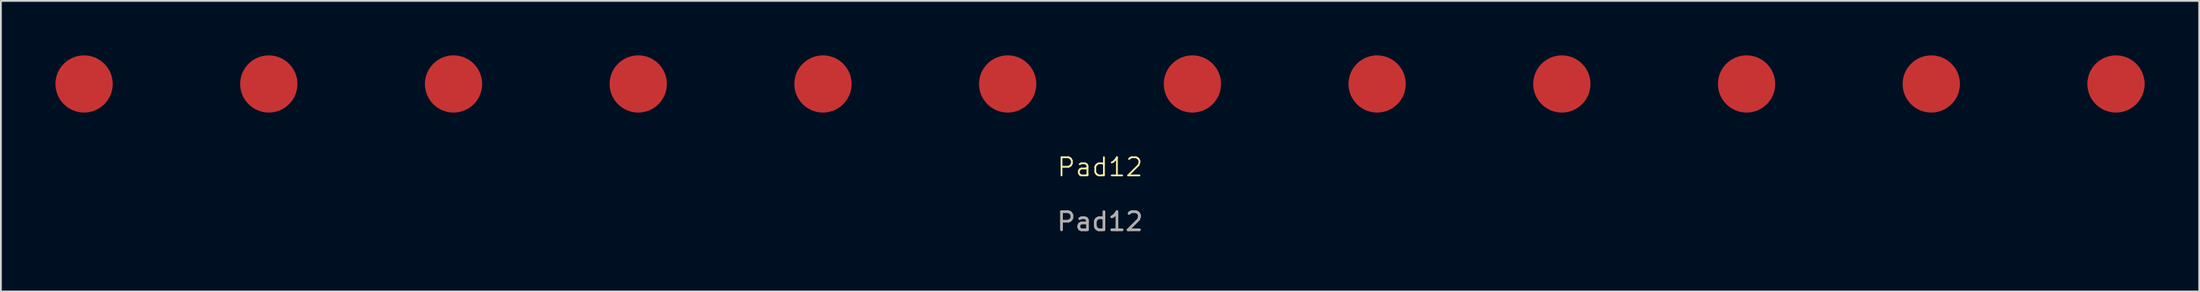
<source format=kicad_pcb>
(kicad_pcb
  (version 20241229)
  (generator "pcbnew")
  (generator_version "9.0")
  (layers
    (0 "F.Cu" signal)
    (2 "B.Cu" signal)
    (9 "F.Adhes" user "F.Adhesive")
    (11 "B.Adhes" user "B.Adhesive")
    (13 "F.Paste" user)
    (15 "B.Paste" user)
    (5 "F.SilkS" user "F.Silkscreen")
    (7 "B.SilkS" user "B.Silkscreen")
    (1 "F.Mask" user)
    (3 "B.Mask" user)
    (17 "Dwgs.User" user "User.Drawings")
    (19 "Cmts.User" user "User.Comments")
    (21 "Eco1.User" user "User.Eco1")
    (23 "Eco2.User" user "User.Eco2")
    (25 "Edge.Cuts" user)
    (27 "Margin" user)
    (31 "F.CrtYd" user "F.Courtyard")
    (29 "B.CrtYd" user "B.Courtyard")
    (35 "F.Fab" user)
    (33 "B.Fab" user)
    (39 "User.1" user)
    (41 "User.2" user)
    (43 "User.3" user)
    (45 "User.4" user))
  (footprint "Pad12"
    (layer "F.Cu")
    (at 57.455 6.655)
    (property "Reference" "Pad12" (at 0 -0.5 0) (unlocked yes) (layer "F.SilkS") (effects (font (size 1 1) (thickness 0.1))))
    (attr smd)
    (fp_text user "${REFERENCE}" (at 0 2.5 0) (unlocked yes) (layer "F.Fab") (effects (font (size 1 1) (thickness 0.15))))
    (pad "1" smd circle (at 55.88 -5.08) (size 3.15 3.15) (layers "F.Cu" "F.Mask" "F.Paste"))
    (pad "2" smd circle (at 45.72 -5.08) (size 3.15 3.15) (layers "F.Cu" "F.Mask" "F.Paste"))
    (pad "3" smd circle (at 35.56 -5.08) (size 3.15 3.15) (layers "F.Cu" "F.Mask" "F.Paste"))
    (pad "4" smd circle (at 25.4 -5.08) (size 3.15 3.15) (layers "F.Cu" "F.Mask" "F.Paste"))
    (pad "5" smd circle (at 15.24 -5.08) (size 3.15 3.15) (layers "F.Cu" "F.Mask" "F.Paste"))
    (pad "6" smd circle (at 5.08 -5.08) (size 3.15 3.15) (layers "F.Cu" "F.Mask" "F.Paste"))
    (pad "7" smd circle (at -5.08 -5.08) (size 3.15 3.15) (layers "F.Cu" "F.Mask" "F.Paste"))
    (pad "8" smd circle (at -15.24 -5.08) (size 3.15 3.15) (layers "F.Cu" "F.Mask" "F.Paste"))
    (pad "9" smd circle (at -25.4 -5.08) (size 3.15 3.15) (layers "F.Cu" "F.Mask" "F.Paste"))
    (pad "10" smd circle (at -35.56 -5.08) (size 3.15 3.15) (layers "F.Cu" "F.Mask" "F.Paste"))
    (pad "11" smd circle (at -45.72 -5.08) (size 3.15 3.15) (layers "F.Cu" "F.Mask" "F.Paste"))
    (pad "12" smd circle (at -55.88 -5.08) (size 3.15 3.15) (layers "F.Cu" "F.Mask" "F.Paste")))
  (gr_rect
    (start -3 -3)
    (end 117.91 13.003)
    (stroke (width 0.1) (type default))
    (fill no)
    (layer "Edge.Cuts")))
</source>
